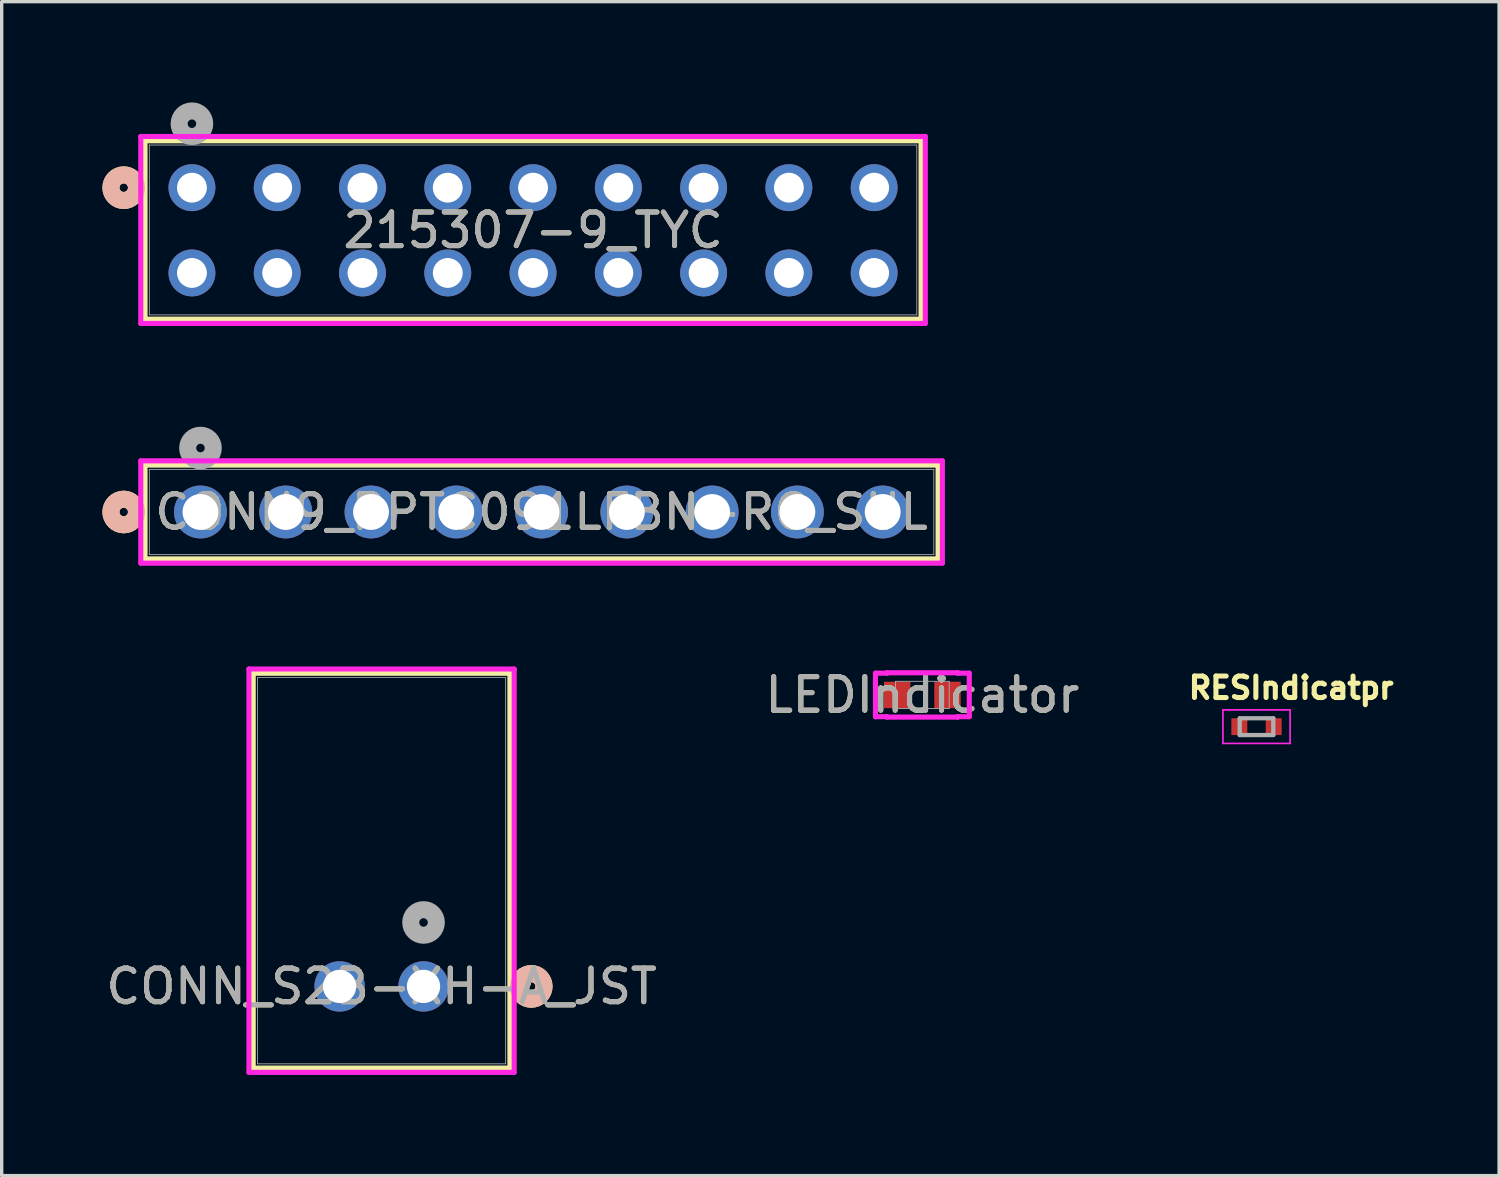
<source format=kicad_pcb>
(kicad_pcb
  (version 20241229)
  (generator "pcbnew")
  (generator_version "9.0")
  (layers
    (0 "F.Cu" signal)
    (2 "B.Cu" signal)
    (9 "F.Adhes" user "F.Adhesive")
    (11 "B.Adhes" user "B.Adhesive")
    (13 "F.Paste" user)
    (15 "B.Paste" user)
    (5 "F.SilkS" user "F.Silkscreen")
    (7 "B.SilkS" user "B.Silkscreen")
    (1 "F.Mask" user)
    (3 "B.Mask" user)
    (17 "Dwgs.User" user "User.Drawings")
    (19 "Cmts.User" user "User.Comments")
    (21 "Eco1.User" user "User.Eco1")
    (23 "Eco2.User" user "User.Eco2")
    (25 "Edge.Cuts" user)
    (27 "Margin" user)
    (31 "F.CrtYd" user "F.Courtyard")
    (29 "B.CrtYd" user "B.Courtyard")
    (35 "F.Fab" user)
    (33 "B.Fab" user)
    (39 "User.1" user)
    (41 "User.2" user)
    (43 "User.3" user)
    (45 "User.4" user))
  (footprint "CONN_S2B-XH-A_JST"
    (layer "F.Cu")
    (at 9.565 26.331)
    (property "Reference" "CONN_S2B-XH-A_JST" (at -1.25 0 0) (unlocked yes) (layer "F.SilkS") (effects (font (size 1 1) (thickness 0.15))))
    (attr through_hole)
    (fp_line (start -5.073 -9.327) (end -5.073 2.433) (stroke (width 0.152) (type solid)) (layer "F.SilkS"))
    (fp_line (start -5.073 2.433) (end 2.573 2.433) (stroke (width 0.152) (type solid)) (layer "F.SilkS"))
    (fp_line (start 2.573 -9.327) (end -5.073 -9.327) (stroke (width 0.152) (type solid)) (layer "F.SilkS"))
    (fp_line (start 2.573 2.433) (end 2.573 -9.327) (stroke (width 0.152) (type solid)) (layer "F.SilkS"))
    (fp_circle (center 3.208 0) (end 3.589 0) (stroke (width 0.508) (type solid)) (fill no) (layer "F.SilkS"))
    (fp_circle (center 3.208 0) (end 3.589 0) (stroke (width 0.508) (type solid)) (fill no) (layer "B.SilkS"))
    (fp_line (start -5.2 -9.454) (end -5.2 2.56) (stroke (width 0.152) (type solid)) (layer "F.CrtYd"))
    (fp_line (start -5.2 2.56) (end 2.7 2.56) (stroke (width 0.152) (type solid)) (layer "F.CrtYd"))
    (fp_line (start 2.7 -9.454) (end -5.2 -9.454) (stroke (width 0.152) (type solid)) (layer "F.CrtYd"))
    (fp_line (start 2.7 2.56) (end 2.7 -9.454) (stroke (width 0.152) (type solid)) (layer "F.CrtYd"))
    (fp_line (start -4.946 -9.2) (end -4.946 2.306) (stroke (width 0.025) (type solid)) (layer "F.Fab"))
    (fp_line (start -4.946 2.306) (end 2.446 2.306) (stroke (width 0.025) (type solid)) (layer "F.Fab"))
    (fp_line (start 2.446 -9.2) (end -4.946 -9.2) (stroke (width 0.025) (type solid)) (layer "F.Fab"))
    (fp_line (start 2.446 2.306) (end 2.446 -9.2) (stroke (width 0.025) (type solid)) (layer "F.Fab"))
    (fp_circle (center 0 -1.905) (end 0.381 -1.905) (stroke (width 0.508) (type solid)) (fill no) (layer "F.Fab"))
    (fp_text user "${REFERENCE}" (at -1.25 0 0) (unlocked yes) (layer "F.Fab") (effects (font (size 1 1) (thickness 0.15))))
    (pad "1" thru_hole circle (at 0 0) (size 1.499 1.499) (drill 0.991) (layers "*.Cu" "*.Mask"))
    (pad "2" thru_hole circle (at -2.5 0) (size 1.499 1.499) (drill 0.991) (layers "*.Cu" "*.Mask")))
  (footprint "CONN9_PPTC091LFBN-RC_SUL"
    (layer "F.Cu")
    (at 2.921 12.2)
    (property "Reference" "CONN9_PPTC091LFBN-RC_SUL" (at 10.16 0 0) (unlocked yes) (layer "F.SilkS") (effects (font (size 1 1) (thickness 0.15))))
    (attr through_hole)
    (fp_line (start -1.651 -1.397) (end -1.651 1.397) (stroke (width 0.152) (type solid)) (layer "F.SilkS"))
    (fp_line (start -1.651 1.397) (end 21.971 1.397) (stroke (width 0.152) (type solid)) (layer "F.SilkS"))
    (fp_line (start 21.971 -1.397) (end -1.651 -1.397) (stroke (width 0.152) (type solid)) (layer "F.SilkS"))
    (fp_line (start 21.971 1.397) (end 21.971 -1.397) (stroke (width 0.152) (type solid)) (layer "F.SilkS"))
    (fp_circle (center -2.286 0) (end -1.905 0) (stroke (width 0.508) (type solid)) (fill no) (layer "F.SilkS"))
    (fp_circle (center -2.286 0) (end -1.905 0) (stroke (width 0.508) (type solid)) (fill no) (layer "B.SilkS"))
    (fp_line (start -1.778 -1.524) (end -1.778 1.524) (stroke (width 0.152) (type solid)) (layer "F.CrtYd"))
    (fp_line (start -1.778 1.524) (end 22.098 1.524) (stroke (width 0.152) (type solid)) (layer "F.CrtYd"))
    (fp_line (start 22.098 -1.524) (end -1.778 -1.524) (stroke (width 0.152) (type solid)) (layer "F.CrtYd"))
    (fp_line (start 22.098 1.524) (end 22.098 -1.524) (stroke (width 0.152) (type solid)) (layer "F.CrtYd"))
    (fp_line (start -1.524 -1.27) (end -1.524 1.27) (stroke (width 0.025) (type solid)) (layer "F.Fab"))
    (fp_line (start -1.524 1.27) (end 21.844 1.27) (stroke (width 0.025) (type solid)) (layer "F.Fab"))
    (fp_line (start 21.844 -1.27) (end -1.524 -1.27) (stroke (width 0.025) (type solid)) (layer "F.Fab"))
    (fp_line (start 21.844 1.27) (end 21.844 -1.27) (stroke (width 0.025) (type solid)) (layer "F.Fab"))
    (fp_circle (center 0 -1.905) (end 0.381 -1.905) (stroke (width 0.508) (type solid)) (fill no) (layer "F.Fab"))
    (fp_text user "${REFERENCE}" (at 10.16 0 0) (unlocked yes) (layer "F.Fab") (effects (font (size 1 1) (thickness 0.15))))
    (pad "1" thru_hole circle (at 0 0) (size 1.575 1.575) (drill 1.067) (layers "*.Cu" "*.Mask"))
    (pad "2" thru_hole circle (at 2.54 0) (size 1.575 1.575) (drill 1.067) (layers "*.Cu" "*.Mask"))
    (pad "3" thru_hole circle (at 5.08 0) (size 1.575 1.575) (drill 1.067) (layers "*.Cu" "*.Mask"))
    (pad "4" thru_hole circle (at 7.62 0) (size 1.575 1.575) (drill 1.067) (layers "*.Cu" "*.Mask"))
    (pad "5" thru_hole circle (at 10.16 0) (size 1.575 1.575) (drill 1.067) (layers "*.Cu" "*.Mask"))
    (pad "6" thru_hole circle (at 12.7 0) (size 1.575 1.575) (drill 1.067) (layers "*.Cu" "*.Mask"))
    (pad "7" thru_hole circle (at 15.24 0) (size 1.575 1.575) (drill 1.067) (layers "*.Cu" "*.Mask"))
    (pad "8" thru_hole circle (at 17.78 0) (size 1.575 1.575) (drill 1.067) (layers "*.Cu" "*.Mask"))
    (pad "9" thru_hole circle (at 20.32 0) (size 1.575 1.575) (drill 1.067) (layers "*.Cu" "*.Mask")))
  (footprint "LEDIndicator"
    (layer "F.Cu")
    (at 24.423 17.649)
    (property "Reference" "LEDIndicator" (at 0 0 0) (unlocked yes) (layer "F.SilkS") (effects (font (size 1 1) (thickness 0.15))))
    (attr smd)
    (fp_line (start -1.397 -0.648) (end -1.054 -0.648) (stroke (width 0.152) (type solid)) (layer "F.CrtYd"))
    (fp_line (start -1.397 0.648) (end -1.397 -0.648) (stroke (width 0.152) (type solid)) (layer "F.CrtYd"))
    (fp_line (start -1.054 -0.66) (end 1.054 -0.66) (stroke (width 0.152) (type solid)) (layer "F.CrtYd"))
    (fp_line (start -1.054 -0.648) (end -1.054 -0.66) (stroke (width 0.152) (type solid)) (layer "F.CrtYd"))
    (fp_line (start -1.054 0.648) (end -1.397 0.648) (stroke (width 0.152) (type solid)) (layer "F.CrtYd"))
    (fp_line (start -1.054 0.66) (end -1.054 0.648) (stroke (width 0.152) (type solid)) (layer "F.CrtYd"))
    (fp_line (start 1.054 -0.66) (end 1.054 -0.648) (stroke (width 0.152) (type solid)) (layer "F.CrtYd"))
    (fp_line (start 1.054 -0.648) (end 1.397 -0.648) (stroke (width 0.152) (type solid)) (layer "F.CrtYd"))
    (fp_line (start 1.054 0.648) (end 1.054 0.66) (stroke (width 0.152) (type solid)) (layer "F.CrtYd"))
    (fp_line (start 1.054 0.66) (end -1.054 0.66) (stroke (width 0.152) (type solid)) (layer "F.CrtYd"))
    (fp_line (start 1.397 -0.648) (end 1.397 0.648) (stroke (width 0.152) (type solid)) (layer "F.CrtYd"))
    (fp_line (start 1.397 0.648) (end 1.054 0.648) (stroke (width 0.152) (type solid)) (layer "F.CrtYd"))
    (fp_line (start -0.8 -0.406) (end -0.8 0.406) (stroke (width 0.025) (type solid)) (layer "F.Fab"))
    (fp_line (start -0.8 0.406) (end 0.8 0.406) (stroke (width 0.025) (type solid)) (layer "F.Fab"))
    (fp_line (start 0.8 -0.406) (end -0.8 -0.406) (stroke (width 0.025) (type solid)) (layer "F.Fab"))
    (fp_line (start 0.8 0.406) (end 0.8 -0.406) (stroke (width 0.025) (type solid)) (layer "F.Fab"))
    (fp_text user "${REFERENCE}" (at 0 0 0) (unlocked yes) (layer "F.Fab") (effects (font (size 1 1) (thickness 0.15))))
    (pad "1" smd rect (at -0.749 0) (size 0.787 0.787) (layers "F.Cu" "F.Mask" "F.Paste"))
    (pad "2" smd rect (at 0.749 0) (size 0.787 0.787) (layers "F.Cu" "F.Mask" "F.Paste"))
    (zone (net_name "") (layer "F.Cu") (hatch full 0.508) (connect_pads) (min_thickness 0.254) (filled_areas_thickness no) (keepout (tracks not_allowed) (vias not_allowed) (pads allowed) (copperpour not_allowed) (footprints allowed)) (placement (enabled no)) (fill) (polygon (pts (xy 24.118 17.293) (xy 24.727 17.293) (xy 24.727 18.004) (xy 24.118 18.004)))))
  (footprint "215307-9_TYC"
    (layer "F.Cu")
    (at 2.667 2.54)
    (property "Reference" "215307-9_TYC" (at 10.16 1.27 0) (unlocked yes) (layer "F.SilkS") (effects (font (size 1 1) (thickness 0.15))))
    (attr through_hole)
    (fp_line (start -1.397 -1.397) (end -1.397 3.917) (stroke (width 0.152) (type solid)) (layer "F.SilkS"))
    (fp_line (start -1.397 3.917) (end 21.717 3.917) (stroke (width 0.152) (type solid)) (layer "F.SilkS"))
    (fp_line (start 21.717 -1.397) (end -1.397 -1.397) (stroke (width 0.152) (type solid)) (layer "F.SilkS"))
    (fp_line (start 21.717 3.917) (end 21.717 -1.397) (stroke (width 0.152) (type solid)) (layer "F.SilkS"))
    (fp_circle (center -2.032 0) (end -1.651 0) (stroke (width 0.508) (type solid)) (fill no) (layer "F.SilkS"))
    (fp_circle (center -2.032 0) (end -1.651 0) (stroke (width 0.508) (type solid)) (fill no) (layer "B.SilkS"))
    (fp_line (start -1.524 -1.524) (end -1.524 4.044) (stroke (width 0.152) (type solid)) (layer "F.CrtYd"))
    (fp_line (start -1.524 4.044) (end 21.844 4.044) (stroke (width 0.152) (type solid)) (layer "F.CrtYd"))
    (fp_line (start 21.844 -1.524) (end -1.524 -1.524) (stroke (width 0.152) (type solid)) (layer "F.CrtYd"))
    (fp_line (start 21.844 4.044) (end 21.844 -1.524) (stroke (width 0.152) (type solid)) (layer "F.CrtYd"))
    (fp_line (start -1.27 -1.27) (end -1.27 3.79) (stroke (width 0.025) (type solid)) (layer "F.Fab"))
    (fp_line (start -1.27 3.79) (end 21.59 3.79) (stroke (width 0.025) (type solid)) (layer "F.Fab"))
    (fp_line (start 21.59 -1.27) (end -1.27 -1.27) (stroke (width 0.025) (type solid)) (layer "F.Fab"))
    (fp_line (start 21.59 3.79) (end 21.59 -1.27) (stroke (width 0.025) (type solid)) (layer "F.Fab"))
    (fp_circle (center 0 -1.905) (end 0.381 -1.905) (stroke (width 0.508) (type solid)) (fill no) (layer "F.Fab"))
    (fp_text user "${REFERENCE}" (at 10.16 1.27 0) (unlocked yes) (layer "F.Fab") (effects (font (size 1 1) (thickness 0.15))))
    (pad "1" thru_hole circle (at 0 0) (size 1.397 1.397) (drill 0.889) (layers "*.Cu" "*.Mask"))
    (pad "2" thru_hole circle (at 2.54 0) (size 1.397 1.397) (drill 0.889) (layers "*.Cu" "*.Mask"))
    (pad "3" thru_hole circle (at 5.08 0) (size 1.397 1.397) (drill 0.889) (layers "*.Cu" "*.Mask"))
    (pad "4" thru_hole circle (at 7.62 0) (size 1.397 1.397) (drill 0.889) (layers "*.Cu" "*.Mask"))
    (pad "5" thru_hole circle (at 10.16 0) (size 1.397 1.397) (drill 0.889) (layers "*.Cu" "*.Mask"))
    (pad "6" thru_hole circle (at 12.7 0) (size 1.397 1.397) (drill 0.889) (layers "*.Cu" "*.Mask"))
    (pad "7" thru_hole circle (at 15.24 0) (size 1.397 1.397) (drill 0.889) (layers "*.Cu" "*.Mask"))
    (pad "8" thru_hole circle (at 17.78 0) (size 1.397 1.397) (drill 0.889) (layers "*.Cu" "*.Mask"))
    (pad "9" thru_hole circle (at 20.32 0) (size 1.397 1.397) (drill 0.889) (layers "*.Cu" "*.Mask"))
    (pad "10" thru_hole circle (at 20.32 2.54) (size 1.397 1.397) (drill 0.889) (layers "*.Cu" "*.Mask"))
    (pad "11" thru_hole circle (at 17.78 2.54) (size 1.397 1.397) (drill 0.889) (layers "*.Cu" "*.Mask"))
    (pad "12" thru_hole circle (at 15.24 2.54) (size 1.397 1.397) (drill 0.889) (layers "*.Cu" "*.Mask"))
    (pad "13" thru_hole circle (at 12.7 2.54) (size 1.397 1.397) (drill 0.889) (layers "*.Cu" "*.Mask"))
    (pad "14" thru_hole circle (at 10.16 2.54) (size 1.397 1.397) (drill 0.889) (layers "*.Cu" "*.Mask"))
    (pad "15" thru_hole circle (at 7.62 2.54) (size 1.397 1.397) (drill 0.889) (layers "*.Cu" "*.Mask"))
    (pad "16" thru_hole circle (at 5.08 2.54) (size 1.397 1.397) (drill 0.889) (layers "*.Cu" "*.Mask"))
    (pad "17" thru_hole circle (at 2.54 2.54) (size 1.397 1.397) (drill 0.889) (layers "*.Cu" "*.Mask"))
    (pad "18" thru_hole circle (at 0 2.54) (size 1.397 1.397) (drill 0.889) (layers "*.Cu" "*.Mask")))
  (footprint "RESIndicatpr"
    (layer "F.Cu")
    (at 34.376 18.594)
    (property "Reference" "RESIndicatpr" (at 1.032 -1.156 0) (layer "F.SilkS") (effects (font (size 0.64 0.64) (thickness 0.15))))
    (attr smd)
    (fp_line (start -1 -0.5) (end -1 0.5) (stroke (width 0.05) (type solid)) (layer "F.CrtYd"))
    (fp_line (start -1 0.5) (end 1 0.5) (stroke (width 0.05) (type solid)) (layer "F.CrtYd"))
    (fp_line (start 1 -0.5) (end -1 -0.5) (stroke (width 0.05) (type solid)) (layer "F.CrtYd"))
    (fp_line (start 1 0.5) (end 1 -0.5) (stroke (width 0.05) (type solid)) (layer "F.CrtYd"))
    (fp_line (start -0.5 -0.25) (end -0.5 0.25) (stroke (width 0.127) (type solid)) (layer "F.Fab"))
    (fp_line (start -0.5 -0.25) (end 0.5 -0.25) (stroke (width 0.127) (type solid)) (layer "F.Fab"))
    (fp_line (start -0.5 0.25) (end 0.5 0.25) (stroke (width 0.127) (type solid)) (layer "F.Fab"))
    (fp_line (start 0.5 -0.25) (end 0.5 0.25) (stroke (width 0.127) (type solid)) (layer "F.Fab"))
    (pad "1" smd rect (at -0.512 0) (size 0.475 0.5) (layers "F.Cu" "F.Mask" "F.Paste"))
    (pad "2" smd rect (at 0.512 0) (size 0.475 0.5) (layers "F.Cu" "F.Mask" "F.Paste")))
  (gr_rect
    (start -3 -3)
    (end 41.601 31.967)
    (stroke (width 0.1) (type default))
    (fill no)
    (layer "Edge.Cuts")))
</source>
